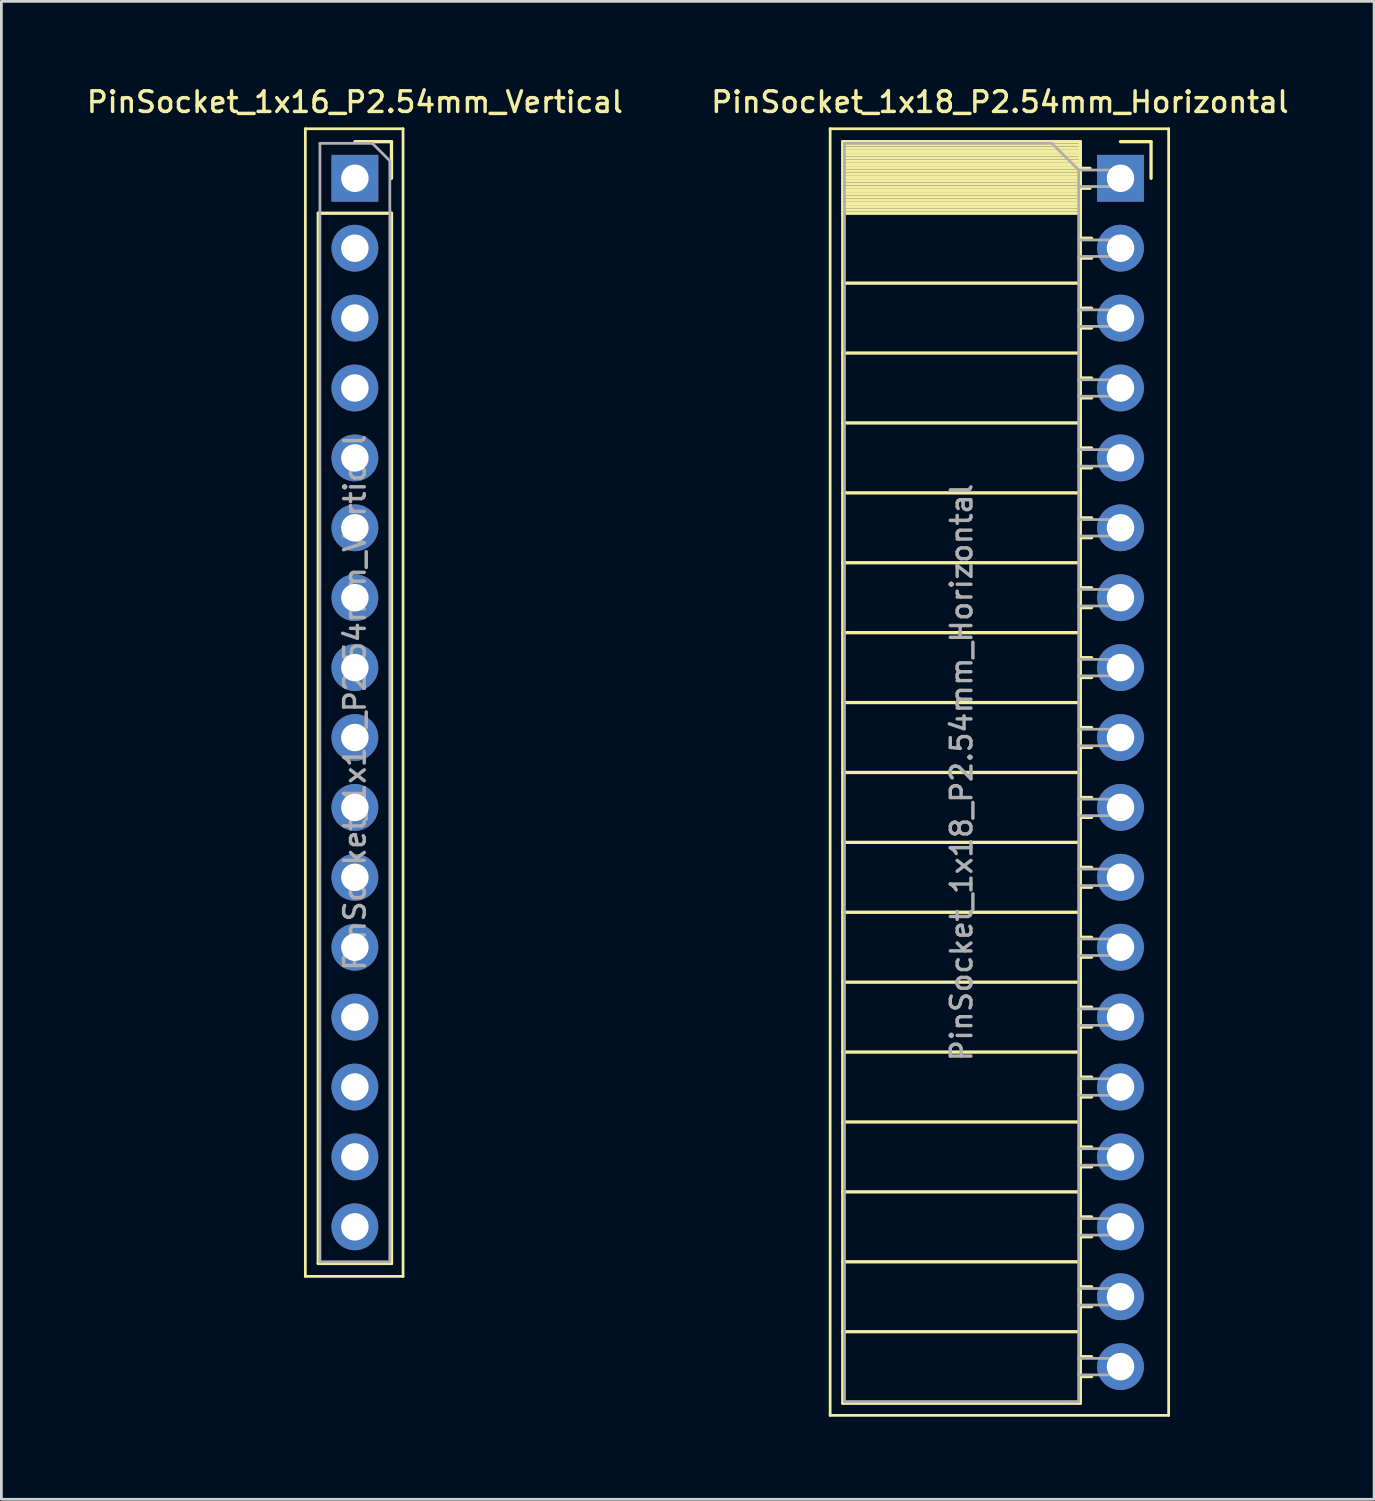
<source format=kicad_pcb>
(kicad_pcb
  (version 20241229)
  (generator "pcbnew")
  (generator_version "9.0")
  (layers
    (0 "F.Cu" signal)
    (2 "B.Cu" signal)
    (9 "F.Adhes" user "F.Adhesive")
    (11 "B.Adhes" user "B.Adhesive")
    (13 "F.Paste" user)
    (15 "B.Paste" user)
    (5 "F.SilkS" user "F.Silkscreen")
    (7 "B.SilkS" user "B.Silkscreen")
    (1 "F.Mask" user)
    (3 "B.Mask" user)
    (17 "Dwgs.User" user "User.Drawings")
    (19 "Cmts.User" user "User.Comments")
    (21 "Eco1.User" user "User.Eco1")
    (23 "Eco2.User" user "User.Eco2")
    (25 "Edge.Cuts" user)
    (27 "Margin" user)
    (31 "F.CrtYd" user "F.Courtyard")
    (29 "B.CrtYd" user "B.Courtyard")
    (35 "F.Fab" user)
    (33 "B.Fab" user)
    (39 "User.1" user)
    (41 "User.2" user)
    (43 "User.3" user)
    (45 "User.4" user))
  (footprint "PinSocket_1x18_P2.54mm_Horizontal"
    (layer "F.Cu")
    (at 37.664 3.428)
    (property "Reference" "PinSocket_1x18_P2.54mm_Horizontal" (at -4.38 -2.77 0) (layer "F.SilkS") (effects (font (size 0.75 0.75) (thickness 0.125))))
    (attr through_hole)
    (fp_line (start -10.55 -1.8) (end -10.55 44.95) (stroke (width 0.1) (type solid)) (layer "F.SilkS"))
    (fp_line (start -10.55 44.95) (end 1.75 44.95) (stroke (width 0.1) (type solid)) (layer "F.SilkS"))
    (fp_line (start -10.09 -1.33) (end -10.09 44.51) (stroke (width 0.12) (type solid)) (layer "F.SilkS"))
    (fp_line (start -10.09 -1.33) (end -1.46 -1.33) (stroke (width 0.12) (type solid)) (layer "F.SilkS"))
    (fp_line (start -10.09 -1.21) (end -1.46 -1.21) (stroke (width 0.12) (type solid)) (layer "F.SilkS"))
    (fp_line (start -10.09 -1.092) (end -1.46 -1.092) (stroke (width 0.12) (type solid)) (layer "F.SilkS"))
    (fp_line (start -10.09 -0.974) (end -1.46 -0.974) (stroke (width 0.12) (type solid)) (layer "F.SilkS"))
    (fp_line (start -10.09 -0.856) (end -1.46 -0.856) (stroke (width 0.12) (type solid)) (layer "F.SilkS"))
    (fp_line (start -10.09 -0.738) (end -1.46 -0.738) (stroke (width 0.12) (type solid)) (layer "F.SilkS"))
    (fp_line (start -10.09 -0.62) (end -1.46 -0.62) (stroke (width 0.12) (type solid)) (layer "F.SilkS"))
    (fp_line (start -10.09 -0.501) (end -1.46 -0.501) (stroke (width 0.12) (type solid)) (layer "F.SilkS"))
    (fp_line (start -10.09 -0.383) (end -1.46 -0.383) (stroke (width 0.12) (type solid)) (layer "F.SilkS"))
    (fp_line (start -10.09 -0.265) (end -1.46 -0.265) (stroke (width 0.12) (type solid)) (layer "F.SilkS"))
    (fp_line (start -10.09 -0.147) (end -1.46 -0.147) (stroke (width 0.12) (type solid)) (layer "F.SilkS"))
    (fp_line (start -10.09 -0.029) (end -1.46 -0.029) (stroke (width 0.12) (type solid)) (layer "F.SilkS"))
    (fp_line (start -10.09 0.089) (end -1.46 0.089) (stroke (width 0.12) (type solid)) (layer "F.SilkS"))
    (fp_line (start -10.09 0.207) (end -1.46 0.207) (stroke (width 0.12) (type solid)) (layer "F.SilkS"))
    (fp_line (start -10.09 0.325) (end -1.46 0.325) (stroke (width 0.12) (type solid)) (layer "F.SilkS"))
    (fp_line (start -10.09 0.443) (end -1.46 0.443) (stroke (width 0.12) (type solid)) (layer "F.SilkS"))
    (fp_line (start -10.09 0.561) (end -1.46 0.561) (stroke (width 0.12) (type solid)) (layer "F.SilkS"))
    (fp_line (start -10.09 0.68) (end -1.46 0.68) (stroke (width 0.12) (type solid)) (layer "F.SilkS"))
    (fp_line (start -10.09 0.798) (end -1.46 0.798) (stroke (width 0.12) (type solid)) (layer "F.SilkS"))
    (fp_line (start -10.09 0.916) (end -1.46 0.916) (stroke (width 0.12) (type solid)) (layer "F.SilkS"))
    (fp_line (start -10.09 1.034) (end -1.46 1.034) (stroke (width 0.12) (type solid)) (layer "F.SilkS"))
    (fp_line (start -10.09 1.152) (end -1.46 1.152) (stroke (width 0.12) (type solid)) (layer "F.SilkS"))
    (fp_line (start -10.09 1.27) (end -1.46 1.27) (stroke (width 0.12) (type solid)) (layer "F.SilkS"))
    (fp_line (start -10.09 3.81) (end -1.46 3.81) (stroke (width 0.12) (type solid)) (layer "F.SilkS"))
    (fp_line (start -10.09 6.35) (end -1.46 6.35) (stroke (width 0.12) (type solid)) (layer "F.SilkS"))
    (fp_line (start -10.09 8.89) (end -1.46 8.89) (stroke (width 0.12) (type solid)) (layer "F.SilkS"))
    (fp_line (start -10.09 11.43) (end -1.46 11.43) (stroke (width 0.12) (type solid)) (layer "F.SilkS"))
    (fp_line (start -10.09 13.97) (end -1.46 13.97) (stroke (width 0.12) (type solid)) (layer "F.SilkS"))
    (fp_line (start -10.09 16.51) (end -1.46 16.51) (stroke (width 0.12) (type solid)) (layer "F.SilkS"))
    (fp_line (start -10.09 19.05) (end -1.46 19.05) (stroke (width 0.12) (type solid)) (layer "F.SilkS"))
    (fp_line (start -10.09 21.59) (end -1.46 21.59) (stroke (width 0.12) (type solid)) (layer "F.SilkS"))
    (fp_line (start -10.09 24.13) (end -1.46 24.13) (stroke (width 0.12) (type solid)) (layer "F.SilkS"))
    (fp_line (start -10.09 26.67) (end -1.46 26.67) (stroke (width 0.12) (type solid)) (layer "F.SilkS"))
    (fp_line (start -10.09 29.21) (end -1.46 29.21) (stroke (width 0.12) (type solid)) (layer "F.SilkS"))
    (fp_line (start -10.09 31.75) (end -1.46 31.75) (stroke (width 0.12) (type solid)) (layer "F.SilkS"))
    (fp_line (start -10.09 34.29) (end -1.46 34.29) (stroke (width 0.12) (type solid)) (layer "F.SilkS"))
    (fp_line (start -10.09 36.83) (end -1.46 36.83) (stroke (width 0.12) (type solid)) (layer "F.SilkS"))
    (fp_line (start -10.09 39.37) (end -1.46 39.37) (stroke (width 0.12) (type solid)) (layer "F.SilkS"))
    (fp_line (start -10.09 41.91) (end -1.46 41.91) (stroke (width 0.12) (type solid)) (layer "F.SilkS"))
    (fp_line (start -10.09 44.51) (end -1.46 44.51) (stroke (width 0.12) (type solid)) (layer "F.SilkS"))
    (fp_line (start -1.46 -1.33) (end -1.46 44.51) (stroke (width 0.12) (type solid)) (layer "F.SilkS"))
    (fp_line (start -1.46 -0.36) (end -1.11 -0.36) (stroke (width 0.12) (type solid)) (layer "F.SilkS"))
    (fp_line (start -1.46 0.36) (end -1.11 0.36) (stroke (width 0.12) (type solid)) (layer "F.SilkS"))
    (fp_line (start -1.46 2.18) (end -1.05 2.18) (stroke (width 0.12) (type solid)) (layer "F.SilkS"))
    (fp_line (start -1.46 2.9) (end -1.05 2.9) (stroke (width 0.12) (type solid)) (layer "F.SilkS"))
    (fp_line (start -1.46 4.72) (end -1.05 4.72) (stroke (width 0.12) (type solid)) (layer "F.SilkS"))
    (fp_line (start -1.46 5.44) (end -1.05 5.44) (stroke (width 0.12) (type solid)) (layer "F.SilkS"))
    (fp_line (start -1.46 7.26) (end -1.05 7.26) (stroke (width 0.12) (type solid)) (layer "F.SilkS"))
    (fp_line (start -1.46 7.98) (end -1.05 7.98) (stroke (width 0.12) (type solid)) (layer "F.SilkS"))
    (fp_line (start -1.46 9.8) (end -1.05 9.8) (stroke (width 0.12) (type solid)) (layer "F.SilkS"))
    (fp_line (start -1.46 10.52) (end -1.05 10.52) (stroke (width 0.12) (type solid)) (layer "F.SilkS"))
    (fp_line (start -1.46 12.34) (end -1.05 12.34) (stroke (width 0.12) (type solid)) (layer "F.SilkS"))
    (fp_line (start -1.46 13.06) (end -1.05 13.06) (stroke (width 0.12) (type solid)) (layer "F.SilkS"))
    (fp_line (start -1.46 14.88) (end -1.05 14.88) (stroke (width 0.12) (type solid)) (layer "F.SilkS"))
    (fp_line (start -1.46 15.6) (end -1.05 15.6) (stroke (width 0.12) (type solid)) (layer "F.SilkS"))
    (fp_line (start -1.46 17.42) (end -1.05 17.42) (stroke (width 0.12) (type solid)) (layer "F.SilkS"))
    (fp_line (start -1.46 18.14) (end -1.05 18.14) (stroke (width 0.12) (type solid)) (layer "F.SilkS"))
    (fp_line (start -1.46 19.96) (end -1.05 19.96) (stroke (width 0.12) (type solid)) (layer "F.SilkS"))
    (fp_line (start -1.46 20.68) (end -1.05 20.68) (stroke (width 0.12) (type solid)) (layer "F.SilkS"))
    (fp_line (start -1.46 22.5) (end -1.05 22.5) (stroke (width 0.12) (type solid)) (layer "F.SilkS"))
    (fp_line (start -1.46 23.22) (end -1.05 23.22) (stroke (width 0.12) (type solid)) (layer "F.SilkS"))
    (fp_line (start -1.46 25.04) (end -1.05 25.04) (stroke (width 0.12) (type solid)) (layer "F.SilkS"))
    (fp_line (start -1.46 25.76) (end -1.05 25.76) (stroke (width 0.12) (type solid)) (layer "F.SilkS"))
    (fp_line (start -1.46 27.58) (end -1.05 27.58) (stroke (width 0.12) (type solid)) (layer "F.SilkS"))
    (fp_line (start -1.46 28.3) (end -1.05 28.3) (stroke (width 0.12) (type solid)) (layer "F.SilkS"))
    (fp_line (start -1.46 30.12) (end -1.05 30.12) (stroke (width 0.12) (type solid)) (layer "F.SilkS"))
    (fp_line (start -1.46 30.84) (end -1.05 30.84) (stroke (width 0.12) (type solid)) (layer "F.SilkS"))
    (fp_line (start -1.46 32.66) (end -1.05 32.66) (stroke (width 0.12) (type solid)) (layer "F.SilkS"))
    (fp_line (start -1.46 33.38) (end -1.05 33.38) (stroke (width 0.12) (type solid)) (layer "F.SilkS"))
    (fp_line (start -1.46 35.2) (end -1.05 35.2) (stroke (width 0.12) (type solid)) (layer "F.SilkS"))
    (fp_line (start -1.46 35.92) (end -1.05 35.92) (stroke (width 0.12) (type solid)) (layer "F.SilkS"))
    (fp_line (start -1.46 37.74) (end -1.05 37.74) (stroke (width 0.12) (type solid)) (layer "F.SilkS"))
    (fp_line (start -1.46 38.46) (end -1.05 38.46) (stroke (width 0.12) (type solid)) (layer "F.SilkS"))
    (fp_line (start -1.46 40.28) (end -1.05 40.28) (stroke (width 0.12) (type solid)) (layer "F.SilkS"))
    (fp_line (start -1.46 41) (end -1.05 41) (stroke (width 0.12) (type solid)) (layer "F.SilkS"))
    (fp_line (start -1.46 42.82) (end -1.05 42.82) (stroke (width 0.12) (type solid)) (layer "F.SilkS"))
    (fp_line (start -1.46 43.54) (end -1.05 43.54) (stroke (width 0.12) (type solid)) (layer "F.SilkS"))
    (fp_line (start 0 -1.33) (end 1.11 -1.33) (stroke (width 0.12) (type solid)) (layer "F.SilkS"))
    (fp_line (start 1.11 -1.33) (end 1.11 0) (stroke (width 0.12) (type solid)) (layer "F.SilkS"))
    (fp_line (start 1.75 -1.8) (end -10.55 -1.8) (stroke (width 0.1) (type solid)) (layer "F.SilkS"))
    (fp_line (start 1.75 44.95) (end 1.75 -1.8) (stroke (width 0.1) (type solid)) (layer "F.SilkS"))
    (fp_line (start -10.03 -1.27) (end -2.49 -1.27) (stroke (width 0.1) (type solid)) (layer "F.Fab"))
    (fp_line (start -10.03 44.45) (end -10.03 -1.27) (stroke (width 0.1) (type solid)) (layer "F.Fab"))
    (fp_line (start -2.49 -1.27) (end -1.52 -0.3) (stroke (width 0.1) (type solid)) (layer "F.Fab"))
    (fp_line (start -1.52 -0.3) (end -1.52 44.45) (stroke (width 0.1) (type solid)) (layer "F.Fab"))
    (fp_line (start -1.52 0.3) (end 0 0.3) (stroke (width 0.1) (type solid)) (layer "F.Fab"))
    (fp_line (start -1.52 2.84) (end 0 2.84) (stroke (width 0.1) (type solid)) (layer "F.Fab"))
    (fp_line (start -1.52 5.38) (end 0 5.38) (stroke (width 0.1) (type solid)) (layer "F.Fab"))
    (fp_line (start -1.52 7.92) (end 0 7.92) (stroke (width 0.1) (type solid)) (layer "F.Fab"))
    (fp_line (start -1.52 10.46) (end 0 10.46) (stroke (width 0.1) (type solid)) (layer "F.Fab"))
    (fp_line (start -1.52 13) (end 0 13) (stroke (width 0.1) (type solid)) (layer "F.Fab"))
    (fp_line (start -1.52 15.54) (end 0 15.54) (stroke (width 0.1) (type solid)) (layer "F.Fab"))
    (fp_line (start -1.52 18.08) (end 0 18.08) (stroke (width 0.1) (type solid)) (layer "F.Fab"))
    (fp_line (start -1.52 20.62) (end 0 20.62) (stroke (width 0.1) (type solid)) (layer "F.Fab"))
    (fp_line (start -1.52 23.16) (end 0 23.16) (stroke (width 0.1) (type solid)) (layer "F.Fab"))
    (fp_line (start -1.52 25.7) (end 0 25.7) (stroke (width 0.1) (type solid)) (layer "F.Fab"))
    (fp_line (start -1.52 28.24) (end 0 28.24) (stroke (width 0.1) (type solid)) (layer "F.Fab"))
    (fp_line (start -1.52 30.78) (end 0 30.78) (stroke (width 0.1) (type solid)) (layer "F.Fab"))
    (fp_line (start -1.52 33.32) (end 0 33.32) (stroke (width 0.1) (type solid)) (layer "F.Fab"))
    (fp_line (start -1.52 35.86) (end 0 35.86) (stroke (width 0.1) (type solid)) (layer "F.Fab"))
    (fp_line (start -1.52 38.4) (end 0 38.4) (stroke (width 0.1) (type solid)) (layer "F.Fab"))
    (fp_line (start -1.52 40.94) (end 0 40.94) (stroke (width 0.1) (type solid)) (layer "F.Fab"))
    (fp_line (start -1.52 43.48) (end 0 43.48) (stroke (width 0.1) (type solid)) (layer "F.Fab"))
    (fp_line (start -1.52 44.45) (end -10.03 44.45) (stroke (width 0.1) (type solid)) (layer "F.Fab"))
    (fp_line (start 0 -0.3) (end -1.52 -0.3) (stroke (width 0.1) (type solid)) (layer "F.Fab"))
    (fp_line (start 0 0.3) (end 0 -0.3) (stroke (width 0.1) (type solid)) (layer "F.Fab"))
    (fp_line (start 0 2.24) (end -1.52 2.24) (stroke (width 0.1) (type solid)) (layer "F.Fab"))
    (fp_line (start 0 2.84) (end 0 2.24) (stroke (width 0.1) (type solid)) (layer "F.Fab"))
    (fp_line (start 0 4.78) (end -1.52 4.78) (stroke (width 0.1) (type solid)) (layer "F.Fab"))
    (fp_line (start 0 5.38) (end 0 4.78) (stroke (width 0.1) (type solid)) (layer "F.Fab"))
    (fp_line (start 0 7.32) (end -1.52 7.32) (stroke (width 0.1) (type solid)) (layer "F.Fab"))
    (fp_line (start 0 7.92) (end 0 7.32) (stroke (width 0.1) (type solid)) (layer "F.Fab"))
    (fp_line (start 0 9.86) (end -1.52 9.86) (stroke (width 0.1) (type solid)) (layer "F.Fab"))
    (fp_line (start 0 10.46) (end 0 9.86) (stroke (width 0.1) (type solid)) (layer "F.Fab"))
    (fp_line (start 0 12.4) (end -1.52 12.4) (stroke (width 0.1) (type solid)) (layer "F.Fab"))
    (fp_line (start 0 13) (end 0 12.4) (stroke (width 0.1) (type solid)) (layer "F.Fab"))
    (fp_line (start 0 14.94) (end -1.52 14.94) (stroke (width 0.1) (type solid)) (layer "F.Fab"))
    (fp_line (start 0 15.54) (end 0 14.94) (stroke (width 0.1) (type solid)) (layer "F.Fab"))
    (fp_line (start 0 17.48) (end -1.52 17.48) (stroke (width 0.1) (type solid)) (layer "F.Fab"))
    (fp_line (start 0 18.08) (end 0 17.48) (stroke (width 0.1) (type solid)) (layer "F.Fab"))
    (fp_line (start 0 20.02) (end -1.52 20.02) (stroke (width 0.1) (type solid)) (layer "F.Fab"))
    (fp_line (start 0 20.62) (end 0 20.02) (stroke (width 0.1) (type solid)) (layer "F.Fab"))
    (fp_line (start 0 22.56) (end -1.52 22.56) (stroke (width 0.1) (type solid)) (layer "F.Fab"))
    (fp_line (start 0 23.16) (end 0 22.56) (stroke (width 0.1) (type solid)) (layer "F.Fab"))
    (fp_line (start 0 25.1) (end -1.52 25.1) (stroke (width 0.1) (type solid)) (layer "F.Fab"))
    (fp_line (start 0 25.7) (end 0 25.1) (stroke (width 0.1) (type solid)) (layer "F.Fab"))
    (fp_line (start 0 27.64) (end -1.52 27.64) (stroke (width 0.1) (type solid)) (layer "F.Fab"))
    (fp_line (start 0 28.24) (end 0 27.64) (stroke (width 0.1) (type solid)) (layer "F.Fab"))
    (fp_line (start 0 30.18) (end -1.52 30.18) (stroke (width 0.1) (type solid)) (layer "F.Fab"))
    (fp_line (start 0 30.78) (end 0 30.18) (stroke (width 0.1) (type solid)) (layer "F.Fab"))
    (fp_line (start 0 32.72) (end -1.52 32.72) (stroke (width 0.1) (type solid)) (layer "F.Fab"))
    (fp_line (start 0 33.32) (end 0 32.72) (stroke (width 0.1) (type solid)) (layer "F.Fab"))
    (fp_line (start 0 35.26) (end -1.52 35.26) (stroke (width 0.1) (type solid)) (layer "F.Fab"))
    (fp_line (start 0 35.86) (end 0 35.26) (stroke (width 0.1) (type solid)) (layer "F.Fab"))
    (fp_line (start 0 37.8) (end -1.52 37.8) (stroke (width 0.1) (type solid)) (layer "F.Fab"))
    (fp_line (start 0 38.4) (end 0 37.8) (stroke (width 0.1) (type solid)) (layer "F.Fab"))
    (fp_line (start 0 40.34) (end -1.52 40.34) (stroke (width 0.1) (type solid)) (layer "F.Fab"))
    (fp_line (start 0 40.94) (end 0 40.34) (stroke (width 0.1) (type solid)) (layer "F.Fab"))
    (fp_line (start 0 42.88) (end -1.52 42.88) (stroke (width 0.1) (type solid)) (layer "F.Fab"))
    (fp_line (start 0 43.48) (end 0 42.88) (stroke (width 0.1) (type solid)) (layer "F.Fab"))
    (fp_text user "${REFERENCE}" (at -5.775 21.59 90) (layer "F.Fab") (effects (font (size 0.75 0.75) (thickness 0.125))))
    (pad "1" thru_hole rect (at 0 0) (size 1.7 1.7) (drill 1) (layers "*.Cu" "*.Mask"))
    (pad "2" thru_hole oval (at 0 2.54) (size 1.7 1.7) (drill 1) (layers "*.Cu" "*.Mask"))
    (pad "3" thru_hole oval (at 0 5.08) (size 1.7 1.7) (drill 1) (layers "*.Cu" "*.Mask"))
    (pad "4" thru_hole oval (at 0 7.62) (size 1.7 1.7) (drill 1) (layers "*.Cu" "*.Mask"))
    (pad "5" thru_hole oval (at 0 10.16) (size 1.7 1.7) (drill 1) (layers "*.Cu" "*.Mask"))
    (pad "6" thru_hole oval (at 0 12.7) (size 1.7 1.7) (drill 1) (layers "*.Cu" "*.Mask"))
    (pad "7" thru_hole oval (at 0 15.24) (size 1.7 1.7) (drill 1) (layers "*.Cu" "*.Mask"))
    (pad "8" thru_hole oval (at 0 17.78) (size 1.7 1.7) (drill 1) (layers "*.Cu" "*.Mask"))
    (pad "9" thru_hole oval (at 0 20.32) (size 1.7 1.7) (drill 1) (layers "*.Cu" "*.Mask"))
    (pad "10" thru_hole oval (at 0 22.86) (size 1.7 1.7) (drill 1) (layers "*.Cu" "*.Mask"))
    (pad "11" thru_hole oval (at 0 25.4) (size 1.7 1.7) (drill 1) (layers "*.Cu" "*.Mask"))
    (pad "12" thru_hole oval (at 0 27.94) (size 1.7 1.7) (drill 1) (layers "*.Cu" "*.Mask"))
    (pad "13" thru_hole oval (at 0 30.48) (size 1.7 1.7) (drill 1) (layers "*.Cu" "*.Mask"))
    (pad "14" thru_hole oval (at 0 33.02) (size 1.7 1.7) (drill 1) (layers "*.Cu" "*.Mask"))
    (pad "15" thru_hole oval (at 0 35.56) (size 1.7 1.7) (drill 1) (layers "*.Cu" "*.Mask"))
    (pad "16" thru_hole oval (at 0 38.1) (size 1.7 1.7) (drill 1) (layers "*.Cu" "*.Mask"))
    (pad "17" thru_hole oval (at 0 40.64) (size 1.7 1.7) (drill 1) (layers "*.Cu" "*.Mask"))
    (pad "18" thru_hole oval (at 0 43.18) (size 1.7 1.7) (drill 1) (layers "*.Cu" "*.Mask")))
  (footprint "PinSocket_1x16_P2.54mm_Vertical"
    (layer "F.Cu")
    (at 9.845 3.428)
    (property "Reference" "PinSocket_1x16_P2.54mm_Vertical" (at 0 -2.77 0) (layer "F.SilkS") (effects (font (size 0.75 0.75) (thickness 0.125))))
    (attr through_hole)
    (fp_line (start -1.8 -1.8) (end 1.75 -1.8) (stroke (width 0.1) (type solid)) (layer "F.SilkS"))
    (fp_line (start -1.8 39.9) (end -1.8 -1.8) (stroke (width 0.1) (type solid)) (layer "F.SilkS"))
    (fp_line (start -1.33 1.27) (end -1.33 39.43) (stroke (width 0.12) (type solid)) (layer "F.SilkS"))
    (fp_line (start -1.33 1.27) (end 1.33 1.27) (stroke (width 0.12) (type solid)) (layer "F.SilkS"))
    (fp_line (start -1.33 39.43) (end 1.33 39.43) (stroke (width 0.12) (type solid)) (layer "F.SilkS"))
    (fp_line (start 0 -1.33) (end 1.33 -1.33) (stroke (width 0.12) (type solid)) (layer "F.SilkS"))
    (fp_line (start 1.33 -1.33) (end 1.33 0) (stroke (width 0.12) (type solid)) (layer "F.SilkS"))
    (fp_line (start 1.33 1.27) (end 1.33 39.43) (stroke (width 0.12) (type solid)) (layer "F.SilkS"))
    (fp_line (start 1.75 -1.8) (end 1.75 39.9) (stroke (width 0.1) (type solid)) (layer "F.SilkS"))
    (fp_line (start 1.75 39.9) (end -1.8 39.9) (stroke (width 0.1) (type solid)) (layer "F.SilkS"))
    (fp_line (start -1.27 -1.27) (end 0.635 -1.27) (stroke (width 0.1) (type solid)) (layer "F.Fab"))
    (fp_line (start -1.27 39.37) (end -1.27 -1.27) (stroke (width 0.1) (type solid)) (layer "F.Fab"))
    (fp_line (start 0.635 -1.27) (end 1.27 -0.635) (stroke (width 0.1) (type solid)) (layer "F.Fab"))
    (fp_line (start 1.27 -0.635) (end 1.27 39.37) (stroke (width 0.1) (type solid)) (layer "F.Fab"))
    (fp_line (start 1.27 39.37) (end -1.27 39.37) (stroke (width 0.1) (type solid)) (layer "F.Fab"))
    (fp_text user "${REFERENCE}" (at 0 19.05 90) (layer "F.Fab") (effects (font (size 0.75 0.75) (thickness 0.125))))
    (pad "1" thru_hole rect (at 0 0) (size 1.7 1.7) (drill 1) (layers "*.Cu" "*.Mask"))
    (pad "2" thru_hole oval (at 0 2.54) (size 1.7 1.7) (drill 1) (layers "*.Cu" "*.Mask"))
    (pad "3" thru_hole oval (at 0 5.08) (size 1.7 1.7) (drill 1) (layers "*.Cu" "*.Mask"))
    (pad "4" thru_hole oval (at 0 7.62) (size 1.7 1.7) (drill 1) (layers "*.Cu" "*.Mask"))
    (pad "5" thru_hole oval (at 0 10.16) (size 1.7 1.7) (drill 1) (layers "*.Cu" "*.Mask"))
    (pad "6" thru_hole oval (at 0 12.7) (size 1.7 1.7) (drill 1) (layers "*.Cu" "*.Mask"))
    (pad "7" thru_hole oval (at 0 15.24) (size 1.7 1.7) (drill 1) (layers "*.Cu" "*.Mask"))
    (pad "8" thru_hole oval (at 0 17.78) (size 1.7 1.7) (drill 1) (layers "*.Cu" "*.Mask"))
    (pad "9" thru_hole oval (at 0 20.32) (size 1.7 1.7) (drill 1) (layers "*.Cu" "*.Mask"))
    (pad "10" thru_hole oval (at 0 22.86) (size 1.7 1.7) (drill 1) (layers "*.Cu" "*.Mask"))
    (pad "11" thru_hole oval (at 0 25.4) (size 1.7 1.7) (drill 1) (layers "*.Cu" "*.Mask"))
    (pad "12" thru_hole oval (at 0 27.94) (size 1.7 1.7) (drill 1) (layers "*.Cu" "*.Mask"))
    (pad "13" thru_hole oval (at 0 30.48) (size 1.7 1.7) (drill 1) (layers "*.Cu" "*.Mask"))
    (pad "14" thru_hole oval (at 0 33.02) (size 1.7 1.7) (drill 1) (layers "*.Cu" "*.Mask"))
    (pad "15" thru_hole oval (at 0 35.56) (size 1.7 1.7) (drill 1) (layers "*.Cu" "*.Mask"))
    (pad "16" thru_hole oval (at 0 38.1) (size 1.7 1.7) (drill 1) (layers "*.Cu" "*.Mask")))
  (gr_rect
    (start -3 -3)
    (end 46.879 51.428)
    (stroke (width 0.1) (type default))
    (fill no)
    (layer "Edge.Cuts")))
</source>
